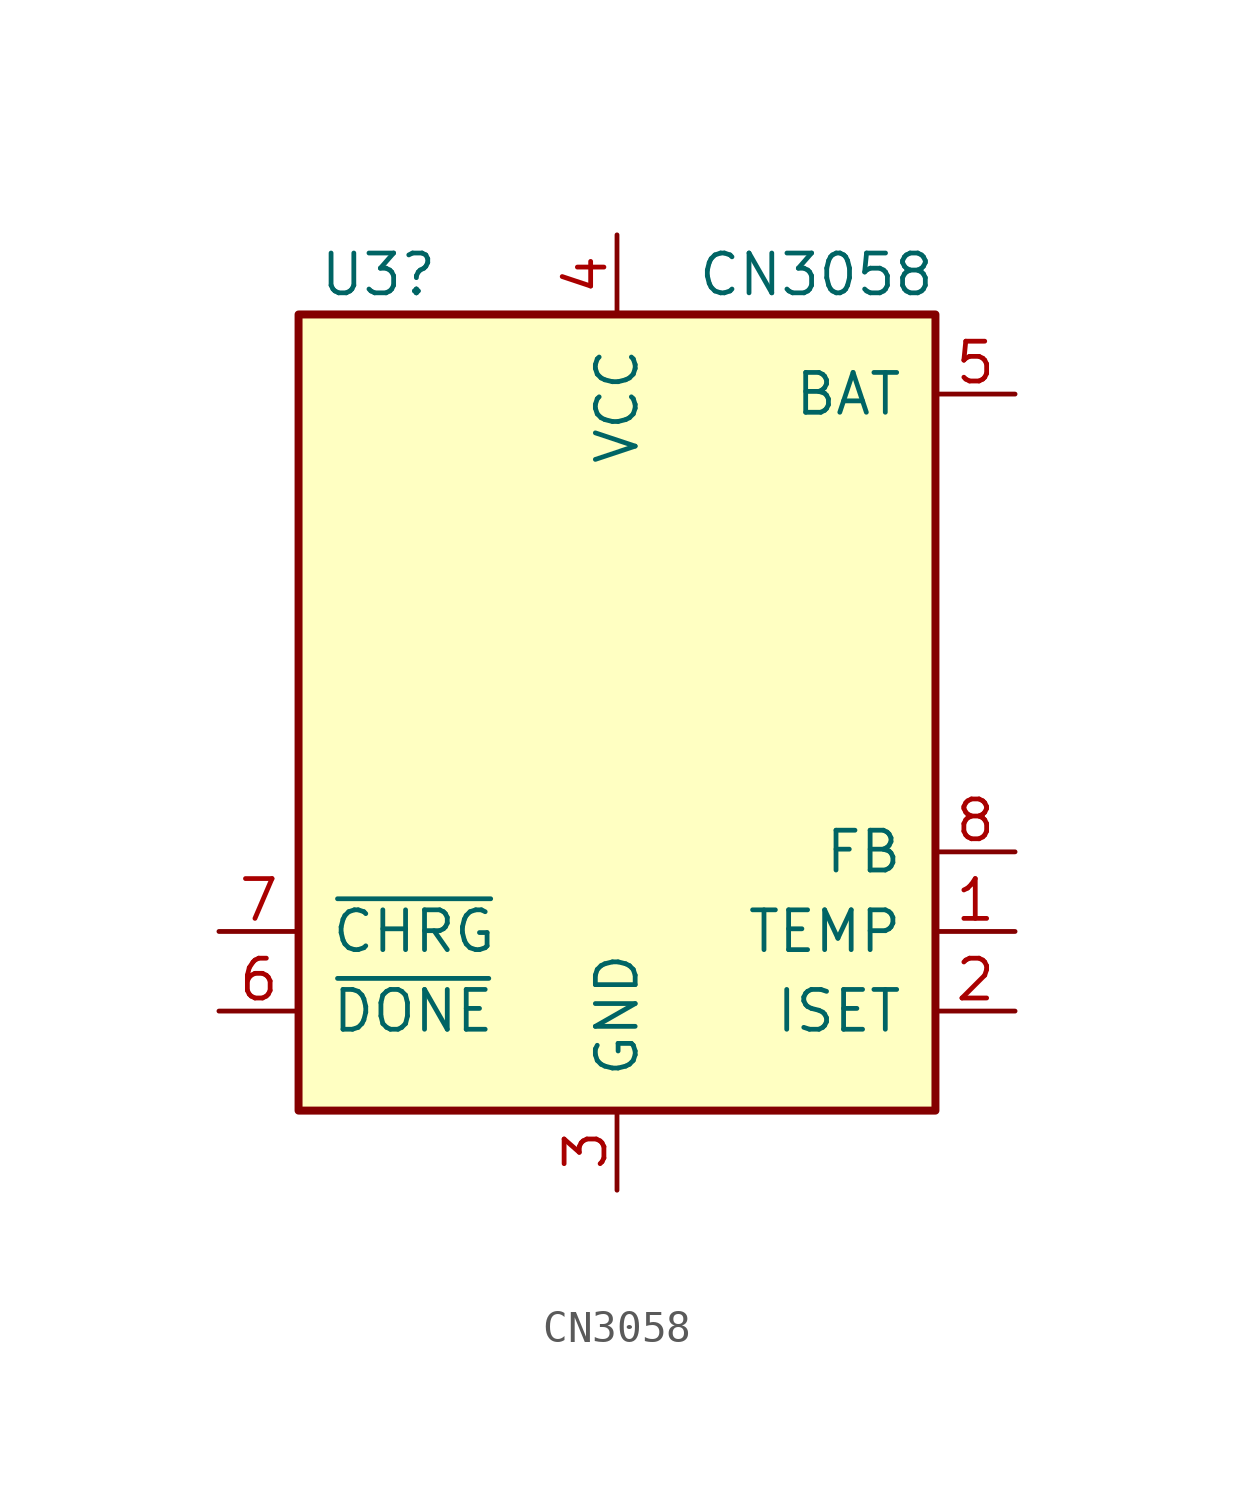
<source format=kicad_sym>
(kicad_symbol_lib
  (version 20220914)
  (generator kicad_symbol_editor)
  (symbol "CN3058"
    (pin_names
      (offset 1.016))
    (property "Reference" "U3"
      (at -9.525 13.97 0)
      (effects (font (size 1.27 1.27)) (justify left)))
    (property "Value" "CN3058"
      (at 2.54 13.97 0)
      (effects (font (size 1.27 1.27)) (justify left)))
    (symbol "CN3058_0_1"
      (rectangle (start -10.16 12.7) (end 10.16 -12.7) (stroke (width 0.254) (type default)) (fill (type background))))
    (symbol "CN3058_1_1"
      (pin input line (at 12.7 -6.985 180) (length 2.54) (name "TEMP" (effects (font (size 1.27 1.27)))) (number "1" (effects (font (size 1.27 1.27)))))
      (pin input line (at 12.7 -9.525 180) (length 2.54) (name "ISET" (effects (font (size 1.27 1.27)))) (number "2" (effects (font (size 1.27 1.27)))))
      (pin power_in line (at 0 -15.24 90) (length 2.54) (name "GND" (effects (font (size 1.27 1.27)))) (number "3" (effects (font (size 1.27 1.27)))))
      (pin power_in line (at 0 15.24 270) (length 2.54) (name "VCC" (effects (font (size 1.27 1.27)))) (number "4" (effects (font (size 1.27 1.27)))))
      (pin input line (at 12.7 10.16 180) (length 2.54) (name "BAT" (effects (font (size 1.27 1.27)))) (number "5" (effects (font (size 1.27 1.27)))))
      (pin open_collector line (at -12.7 -9.525 0) (length 2.54) (name "~{DONE}" (effects (font (size 1.27 1.27)))) (number "6" (effects (font (size 1.27 1.27)))))
      (pin open_collector line (at -12.7 -6.985 0) (length 2.54) (name "~{CHRG}" (effects (font (size 1.27 1.27)))) (number "7" (effects (font (size 1.27 1.27)))))
      (pin input line (at 12.7 -4.445 180) (length 2.54) (name "FB" (effects (font (size 1.27 1.27)))) (number "8" (effects (font (size 1.27 1.27))))))))
</source>
